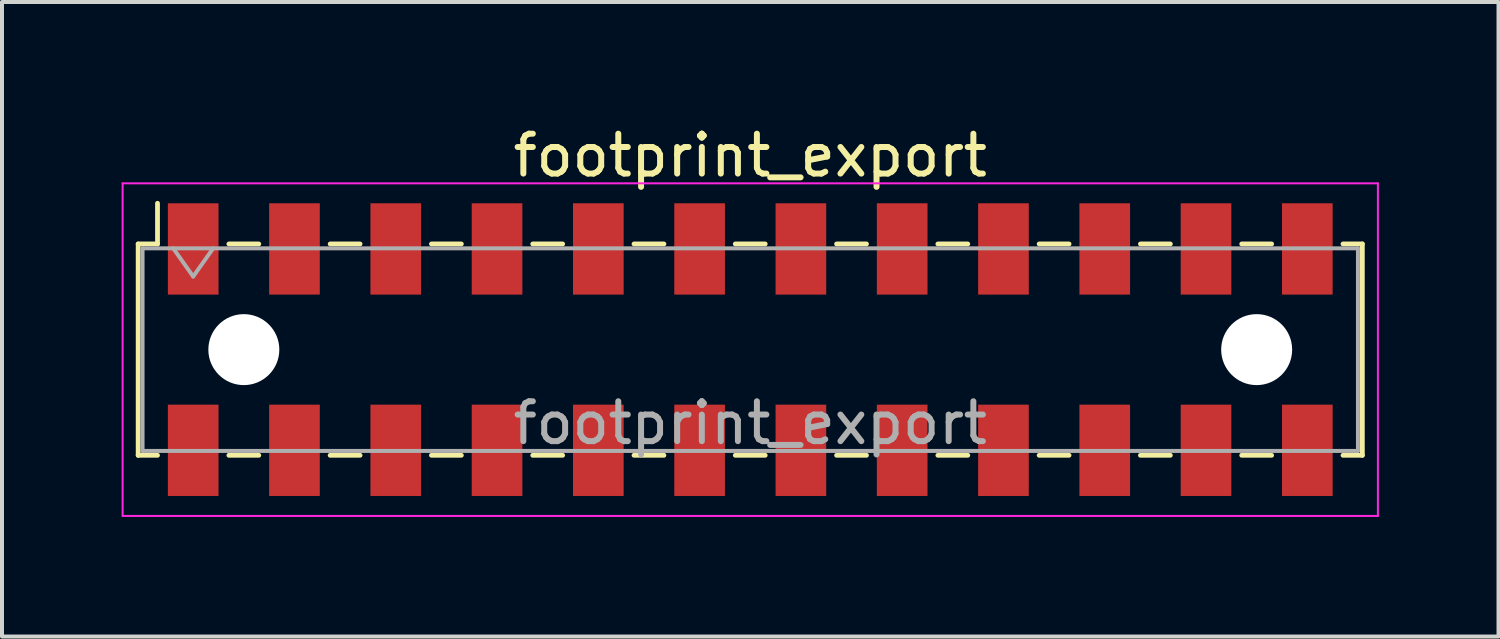
<source format=kicad_pcb>
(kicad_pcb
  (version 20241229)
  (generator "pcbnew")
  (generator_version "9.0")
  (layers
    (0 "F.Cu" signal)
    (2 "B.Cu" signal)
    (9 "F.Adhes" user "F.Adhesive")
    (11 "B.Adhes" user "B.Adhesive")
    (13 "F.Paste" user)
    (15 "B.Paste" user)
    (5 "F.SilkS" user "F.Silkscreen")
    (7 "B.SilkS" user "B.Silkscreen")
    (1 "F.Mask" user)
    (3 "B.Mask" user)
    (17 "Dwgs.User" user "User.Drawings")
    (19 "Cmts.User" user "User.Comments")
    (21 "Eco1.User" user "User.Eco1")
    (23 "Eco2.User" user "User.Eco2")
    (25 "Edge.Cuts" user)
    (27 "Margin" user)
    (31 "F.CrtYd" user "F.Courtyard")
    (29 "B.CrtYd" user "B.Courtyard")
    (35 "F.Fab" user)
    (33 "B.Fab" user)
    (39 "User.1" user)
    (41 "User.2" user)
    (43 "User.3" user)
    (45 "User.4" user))
  (footprint "footprint_export"
    (layer "F.Cu")
    (at 15.765 5.718)
    (property "Reference" "footprint_export" (at 0 -4.87 0) (layer "F.SilkS") (effects (font (size 1 1) (thickness 0.15))))
    (attr smd)
    (fp_line (start -15.35 -2.65) (end -15.35 2.65) (stroke (width 0.12) (type solid)) (layer "F.SilkS"))
    (fp_line (start -15.35 2.65) (end -14.865 2.65) (stroke (width 0.12) (type solid)) (layer "F.SilkS"))
    (fp_line (start -14.865 -3.67) (end -14.865 -2.65) (stroke (width 0.12) (type solid)) (layer "F.SilkS"))
    (fp_line (start -14.865 -2.65) (end -15.35 -2.65) (stroke (width 0.12) (type solid)) (layer "F.SilkS"))
    (fp_line (start -13.075 -2.65) (end -12.325 -2.65) (stroke (width 0.12) (type solid)) (layer "F.SilkS"))
    (fp_line (start -13.075 2.65) (end -12.325 2.65) (stroke (width 0.12) (type solid)) (layer "F.SilkS"))
    (fp_line (start -10.535 -2.65) (end -9.785 -2.65) (stroke (width 0.12) (type solid)) (layer "F.SilkS"))
    (fp_line (start -10.535 2.65) (end -9.785 2.65) (stroke (width 0.12) (type solid)) (layer "F.SilkS"))
    (fp_line (start -7.995 -2.65) (end -7.245 -2.65) (stroke (width 0.12) (type solid)) (layer "F.SilkS"))
    (fp_line (start -7.995 2.65) (end -7.245 2.65) (stroke (width 0.12) (type solid)) (layer "F.SilkS"))
    (fp_line (start -5.455 -2.65) (end -4.705 -2.65) (stroke (width 0.12) (type solid)) (layer "F.SilkS"))
    (fp_line (start -5.455 2.65) (end -4.705 2.65) (stroke (width 0.12) (type solid)) (layer "F.SilkS"))
    (fp_line (start -2.915 -2.65) (end -2.165 -2.65) (stroke (width 0.12) (type solid)) (layer "F.SilkS"))
    (fp_line (start -2.915 2.65) (end -2.165 2.65) (stroke (width 0.12) (type solid)) (layer "F.SilkS"))
    (fp_line (start -0.375 -2.65) (end 0.375 -2.65) (stroke (width 0.12) (type solid)) (layer "F.SilkS"))
    (fp_line (start -0.375 2.65) (end 0.375 2.65) (stroke (width 0.12) (type solid)) (layer "F.SilkS"))
    (fp_line (start 2.165 -2.65) (end 2.915 -2.65) (stroke (width 0.12) (type solid)) (layer "F.SilkS"))
    (fp_line (start 2.165 2.65) (end 2.915 2.65) (stroke (width 0.12) (type solid)) (layer "F.SilkS"))
    (fp_line (start 4.705 -2.65) (end 5.455 -2.65) (stroke (width 0.12) (type solid)) (layer "F.SilkS"))
    (fp_line (start 4.705 2.65) (end 5.455 2.65) (stroke (width 0.12) (type solid)) (layer "F.SilkS"))
    (fp_line (start 7.245 -2.65) (end 7.995 -2.65) (stroke (width 0.12) (type solid)) (layer "F.SilkS"))
    (fp_line (start 7.245 2.65) (end 7.995 2.65) (stroke (width 0.12) (type solid)) (layer "F.SilkS"))
    (fp_line (start 9.785 -2.65) (end 10.535 -2.65) (stroke (width 0.12) (type solid)) (layer "F.SilkS"))
    (fp_line (start 9.785 2.65) (end 10.535 2.65) (stroke (width 0.12) (type solid)) (layer "F.SilkS"))
    (fp_line (start 12.325 -2.65) (end 13.075 -2.65) (stroke (width 0.12) (type solid)) (layer "F.SilkS"))
    (fp_line (start 12.325 2.65) (end 13.075 2.65) (stroke (width 0.12) (type solid)) (layer "F.SilkS"))
    (fp_line (start 14.865 -2.65) (end 15.35 -2.65) (stroke (width 0.12) (type solid)) (layer "F.SilkS"))
    (fp_line (start 15.35 -2.65) (end 15.35 2.65) (stroke (width 0.12) (type solid)) (layer "F.SilkS"))
    (fp_line (start 15.35 2.65) (end 14.865 2.65) (stroke (width 0.12) (type solid)) (layer "F.SilkS"))
    (fp_line (start -15.74 -4.17) (end 15.74 -4.17) (stroke (width 0.05) (type solid)) (layer "F.CrtYd"))
    (fp_line (start -15.74 4.17) (end -15.74 -4.17) (stroke (width 0.05) (type solid)) (layer "F.CrtYd"))
    (fp_line (start 15.74 -4.17) (end 15.74 4.17) (stroke (width 0.05) (type solid)) (layer "F.CrtYd"))
    (fp_line (start 15.74 4.17) (end -15.74 4.17) (stroke (width 0.05) (type solid)) (layer "F.CrtYd"))
    (fp_line (start -15.24 -2.54) (end 15.24 -2.54) (stroke (width 0.1) (type solid)) (layer "F.Fab"))
    (fp_line (start -15.24 2.54) (end -15.24 -2.54) (stroke (width 0.1) (type solid)) (layer "F.Fab"))
    (fp_line (start -14.47 -2.54) (end -13.97 -1.833) (stroke (width 0.1) (type solid)) (layer "F.Fab"))
    (fp_line (start -13.97 -1.833) (end -13.47 -2.54) (stroke (width 0.1) (type solid)) (layer "F.Fab"))
    (fp_line (start 15.24 -2.54) (end 15.24 2.54) (stroke (width 0.1) (type solid)) (layer "F.Fab"))
    (fp_line (start 15.24 2.54) (end -15.24 2.54) (stroke (width 0.1) (type solid)) (layer "F.Fab"))
    (fp_text user "${REFERENCE}" (at 0 1.84 0) (layer "F.Fab") (effects (font (size 1 1) (thickness 0.15))))
    (pad "" np_thru_hole circle (at -12.7 0) (size 1.78 1.78) (drill 1.78) (layers "*.Cu" "*.Mask"))
    (pad "" np_thru_hole circle (at 12.7 0) (size 1.78 1.78) (drill 1.78) (layers "*.Cu" "*.Mask"))
    (pad "1" smd rect (at -13.97 -2.525) (size 1.27 2.29) (layers "F.Cu" "F.Mask" "F.Paste"))
    (pad "2" smd rect (at -13.97 2.525) (size 1.27 2.29) (layers "F.Cu" "F.Mask" "F.Paste"))
    (pad "3" smd rect (at -11.43 -2.525) (size 1.27 2.29) (layers "F.Cu" "F.Mask" "F.Paste"))
    (pad "4" smd rect (at -11.43 2.525) (size 1.27 2.29) (layers "F.Cu" "F.Mask" "F.Paste"))
    (pad "5" smd rect (at -8.89 -2.525) (size 1.27 2.29) (layers "F.Cu" "F.Mask" "F.Paste"))
    (pad "6" smd rect (at -8.89 2.525) (size 1.27 2.29) (layers "F.Cu" "F.Mask" "F.Paste"))
    (pad "7" smd rect (at -6.35 -2.525) (size 1.27 2.29) (layers "F.Cu" "F.Mask" "F.Paste"))
    (pad "8" smd rect (at -6.35 2.525) (size 1.27 2.29) (layers "F.Cu" "F.Mask" "F.Paste"))
    (pad "9" smd rect (at -3.81 -2.525) (size 1.27 2.29) (layers "F.Cu" "F.Mask" "F.Paste"))
    (pad "10" smd rect (at -3.81 2.525) (size 1.27 2.29) (layers "F.Cu" "F.Mask" "F.Paste"))
    (pad "11" smd rect (at -1.27 -2.525) (size 1.27 2.29) (layers "F.Cu" "F.Mask" "F.Paste"))
    (pad "12" smd rect (at -1.27 2.525) (size 1.27 2.29) (layers "F.Cu" "F.Mask" "F.Paste"))
    (pad "13" smd rect (at 1.27 -2.525) (size 1.27 2.29) (layers "F.Cu" "F.Mask" "F.Paste"))
    (pad "14" smd rect (at 1.27 2.525) (size 1.27 2.29) (layers "F.Cu" "F.Mask" "F.Paste"))
    (pad "15" smd rect (at 3.81 -2.525) (size 1.27 2.29) (layers "F.Cu" "F.Mask" "F.Paste"))
    (pad "16" smd rect (at 3.81 2.525) (size 1.27 2.29) (layers "F.Cu" "F.Mask" "F.Paste"))
    (pad "17" smd rect (at 6.35 -2.525) (size 1.27 2.29) (layers "F.Cu" "F.Mask" "F.Paste"))
    (pad "18" smd rect (at 6.35 2.525) (size 1.27 2.29) (layers "F.Cu" "F.Mask" "F.Paste"))
    (pad "19" smd rect (at 8.89 -2.525) (size 1.27 2.29) (layers "F.Cu" "F.Mask" "F.Paste"))
    (pad "20" smd rect (at 8.89 2.525) (size 1.27 2.29) (layers "F.Cu" "F.Mask" "F.Paste"))
    (pad "21" smd rect (at 11.43 -2.525) (size 1.27 2.29) (layers "F.Cu" "F.Mask" "F.Paste"))
    (pad "22" smd rect (at 11.43 2.525) (size 1.27 2.29) (layers "F.Cu" "F.Mask" "F.Paste"))
    (pad "23" smd rect (at 13.97 -2.525) (size 1.27 2.29) (layers "F.Cu" "F.Mask" "F.Paste"))
    (pad "24" smd rect (at 13.97 2.525) (size 1.27 2.29) (layers "F.Cu" "F.Mask" "F.Paste")))
  (gr_rect
    (start -3 -3)
    (end 34.53 12.913)
    (stroke (width 0.1) (type default))
    (fill no)
    (layer "Edge.Cuts")))
</source>
